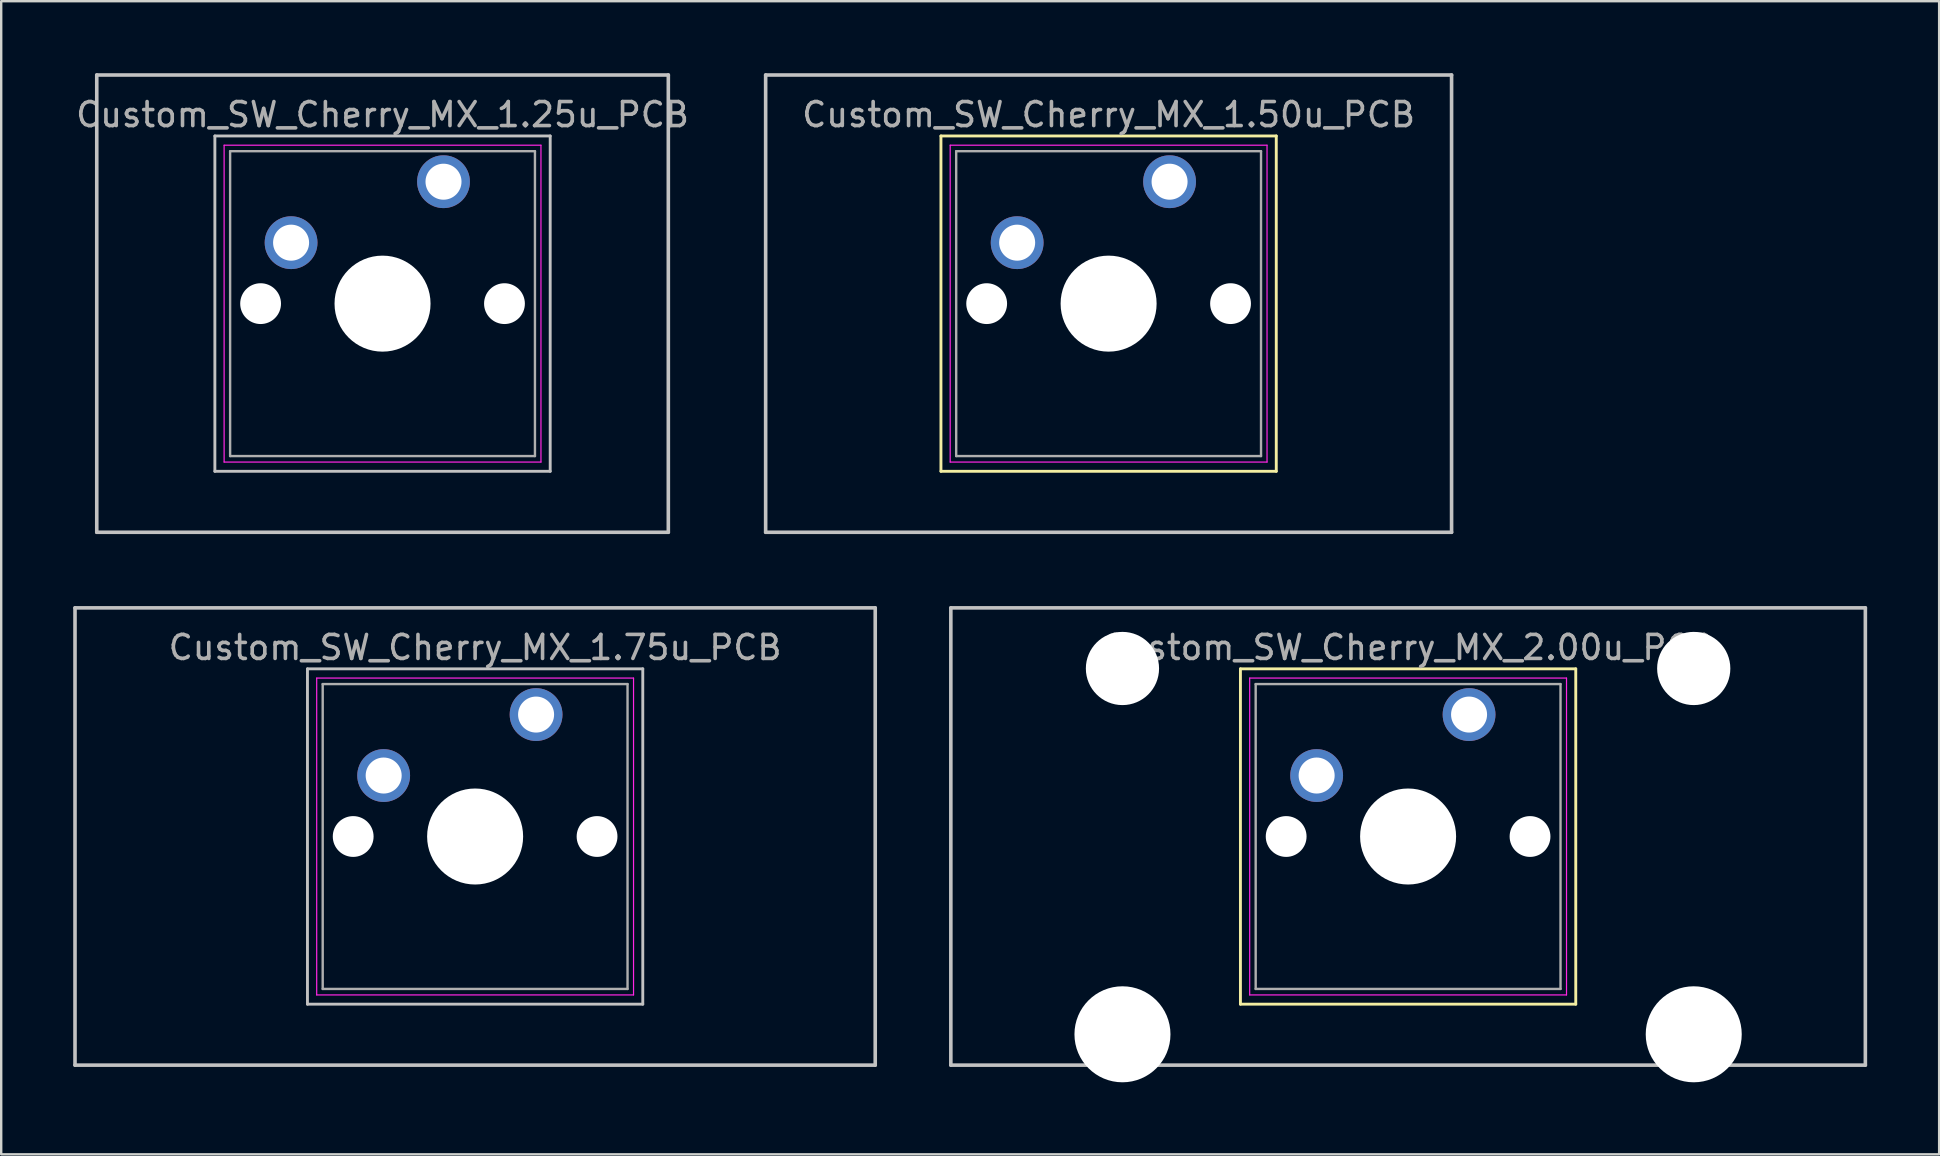
<source format=kicad_pcb>
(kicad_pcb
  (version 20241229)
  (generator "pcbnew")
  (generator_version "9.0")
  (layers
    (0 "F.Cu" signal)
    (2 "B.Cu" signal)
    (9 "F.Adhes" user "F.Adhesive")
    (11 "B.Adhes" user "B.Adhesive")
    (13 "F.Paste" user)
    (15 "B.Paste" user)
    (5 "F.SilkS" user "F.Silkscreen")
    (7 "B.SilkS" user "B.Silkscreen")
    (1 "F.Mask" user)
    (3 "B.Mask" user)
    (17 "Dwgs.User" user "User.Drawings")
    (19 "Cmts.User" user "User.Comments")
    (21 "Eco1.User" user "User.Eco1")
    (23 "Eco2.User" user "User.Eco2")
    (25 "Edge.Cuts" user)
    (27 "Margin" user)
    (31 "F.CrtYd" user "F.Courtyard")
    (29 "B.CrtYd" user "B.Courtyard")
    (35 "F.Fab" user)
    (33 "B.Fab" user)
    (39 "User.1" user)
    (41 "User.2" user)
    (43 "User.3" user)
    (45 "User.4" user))
  (footprint "Custom_SW_Cherry_MX_1.75u_PCB"
    (layer "F.Cu")
    (at 19.284 26.72)
    (property "Reference" "Custom_SW_Cherry_MX_1.75u_PCB" (at -2.54 -2.794 0) (layer "F.Fab") (effects (font (size 1 1) (thickness 0.15))))
    (attr through_hole)
    (fp_line (start -19.209 -4.445) (end 14.129 -4.445) (stroke (width 0.15) (type solid)) (layer "Dwgs.User"))
    (fp_line (start -19.209 14.605) (end -19.209 -4.445) (stroke (width 0.15) (type solid)) (layer "Dwgs.User"))
    (fp_line (start -9.525 -1.905) (end 4.445 -1.905) (stroke (width 0.12) (type solid)) (layer "Dwgs.User"))
    (fp_line (start -9.525 12.065) (end -9.525 -1.905) (stroke (width 0.12) (type solid)) (layer "Dwgs.User"))
    (fp_line (start 4.445 -1.905) (end 4.445 12.065) (stroke (width 0.12) (type solid)) (layer "Dwgs.User"))
    (fp_line (start 4.445 12.065) (end -9.525 12.065) (stroke (width 0.12) (type solid)) (layer "Dwgs.User"))
    (fp_line (start 14.129 -4.445) (end 14.129 14.605) (stroke (width 0.15) (type solid)) (layer "Dwgs.User"))
    (fp_line (start 14.129 14.605) (end -19.209 14.605) (stroke (width 0.15) (type solid)) (layer "Dwgs.User"))
    (fp_line (start -9.14 -1.52) (end 4.06 -1.52) (stroke (width 0.05) (type solid)) (layer "F.CrtYd"))
    (fp_line (start -9.14 11.68) (end -9.14 -1.52) (stroke (width 0.05) (type solid)) (layer "F.CrtYd"))
    (fp_line (start 4.06 -1.52) (end 4.06 11.68) (stroke (width 0.05) (type solid)) (layer "F.CrtYd"))
    (fp_line (start 4.06 11.68) (end -9.14 11.68) (stroke (width 0.05) (type solid)) (layer "F.CrtYd"))
    (fp_line (start -8.89 -1.27) (end 3.81 -1.27) (stroke (width 0.1) (type solid)) (layer "F.Fab"))
    (fp_line (start -8.89 11.43) (end -8.89 -1.27) (stroke (width 0.1) (type solid)) (layer "F.Fab"))
    (fp_line (start 3.81 -1.27) (end 3.81 11.43) (stroke (width 0.1) (type solid)) (layer "F.Fab"))
    (fp_line (start 3.81 11.43) (end -8.89 11.43) (stroke (width 0.1) (type solid)) (layer "F.Fab"))
    (pad "" np_thru_hole circle (at -7.62 5.08) (size 1.7 1.7) (drill 1.7) (layers "*.Cu" "*.Mask"))
    (pad "" np_thru_hole circle (at -2.54 5.08) (size 4 4) (drill 4) (layers "*.Cu" "*.Mask"))
    (pad "" np_thru_hole circle (at 2.54 5.08) (size 1.7 1.7) (drill 1.7) (layers "*.Cu" "*.Mask"))
    (pad "1" thru_hole circle (at 0 0) (size 2.2 2.2) (drill 1.5) (layers "*.Cu" "*.Mask"))
    (pad "2" thru_hole circle (at -6.35 2.54) (size 2.2 2.2) (drill 1.5) (layers "*.Cu" "*.Mask")))
  (footprint "Custom_SW_Cherry_MX_1.50u_PCB"
    (layer "F.Cu")
    (at 45.676 4.52)
    (property "Reference" "Custom_SW_Cherry_MX_1.50u_PCB" (at -2.54 -2.794 0) (layer "F.Fab") (effects (font (size 1 1) (thickness 0.15))))
    (attr through_hole)
    (fp_line (start -9.525 -1.905) (end 4.445 -1.905) (stroke (width 0.12) (type solid)) (layer "F.SilkS"))
    (fp_line (start -9.525 12.065) (end -9.525 -1.905) (stroke (width 0.12) (type solid)) (layer "F.SilkS"))
    (fp_line (start 4.445 -1.905) (end 4.445 12.065) (stroke (width 0.12) (type solid)) (layer "F.SilkS"))
    (fp_line (start 4.445 12.065) (end -9.525 12.065) (stroke (width 0.12) (type solid)) (layer "F.SilkS"))
    (fp_line (start -16.828 -4.445) (end 11.748 -4.445) (stroke (width 0.15) (type solid)) (layer "Dwgs.User"))
    (fp_line (start -16.828 14.605) (end -16.828 -4.445) (stroke (width 0.15) (type solid)) (layer "Dwgs.User"))
    (fp_line (start 11.748 -4.445) (end 11.748 14.605) (stroke (width 0.15) (type solid)) (layer "Dwgs.User"))
    (fp_line (start 11.748 14.605) (end -16.828 14.605) (stroke (width 0.15) (type solid)) (layer "Dwgs.User"))
    (fp_line (start -9.14 -1.52) (end 4.06 -1.52) (stroke (width 0.05) (type solid)) (layer "F.CrtYd"))
    (fp_line (start -9.14 11.68) (end -9.14 -1.52) (stroke (width 0.05) (type solid)) (layer "F.CrtYd"))
    (fp_line (start 4.06 -1.52) (end 4.06 11.68) (stroke (width 0.05) (type solid)) (layer "F.CrtYd"))
    (fp_line (start 4.06 11.68) (end -9.14 11.68) (stroke (width 0.05) (type solid)) (layer "F.CrtYd"))
    (fp_line (start -8.89 -1.27) (end 3.81 -1.27) (stroke (width 0.1) (type solid)) (layer "F.Fab"))
    (fp_line (start -8.89 11.43) (end -8.89 -1.27) (stroke (width 0.1) (type solid)) (layer "F.Fab"))
    (fp_line (start 3.81 -1.27) (end 3.81 11.43) (stroke (width 0.1) (type solid)) (layer "F.Fab"))
    (fp_line (start 3.81 11.43) (end -8.89 11.43) (stroke (width 0.1) (type solid)) (layer "F.Fab"))
    (pad "" np_thru_hole circle (at -7.62 5.08) (size 1.7 1.7) (drill 1.7) (layers "*.Cu" "*.Mask"))
    (pad "" np_thru_hole circle (at -2.54 5.08) (size 4 4) (drill 4) (layers "*.Cu" "*.Mask"))
    (pad "" np_thru_hole circle (at 2.54 5.08) (size 1.7 1.7) (drill 1.7) (layers "*.Cu" "*.Mask"))
    (pad "1" thru_hole circle (at 0 0) (size 2.2 2.2) (drill 1.5) (layers "*.Cu" "*.Mask"))
    (pad "2" thru_hole circle (at -6.35 2.54) (size 2.2 2.2) (drill 1.5) (layers "*.Cu" "*.Mask")))
  (footprint "Custom_SW_Cherry_MX_2.00u_PCB"
    (layer "F.Cu")
    (at 58.153 26.72)
    (property "Reference" "Custom_SW_Cherry_MX_2.00u_PCB" (at -2.54 -2.794 0) (layer "F.Fab") (effects (font (size 1 1) (thickness 0.15))))
    (attr through_hole)
    (fp_line (start -9.525 -1.905) (end 4.445 -1.905) (stroke (width 0.12) (type solid)) (layer "F.SilkS"))
    (fp_line (start -9.525 12.065) (end -9.525 -1.905) (stroke (width 0.12) (type solid)) (layer "F.SilkS"))
    (fp_line (start 4.445 -1.905) (end 4.445 12.065) (stroke (width 0.12) (type solid)) (layer "F.SilkS"))
    (fp_line (start 4.445 12.065) (end -9.525 12.065) (stroke (width 0.12) (type solid)) (layer "F.SilkS"))
    (fp_line (start -21.59 -4.445) (end 16.51 -4.445) (stroke (width 0.15) (type solid)) (layer "Dwgs.User"))
    (fp_line (start -21.59 14.605) (end -21.59 -4.445) (stroke (width 0.15) (type solid)) (layer "Dwgs.User"))
    (fp_line (start 16.51 -4.445) (end 16.51 14.605) (stroke (width 0.15) (type solid)) (layer "Dwgs.User"))
    (fp_line (start 16.51 14.605) (end -21.59 14.605) (stroke (width 0.15) (type solid)) (layer "Dwgs.User"))
    (fp_line (start -9.14 -1.52) (end 4.06 -1.52) (stroke (width 0.05) (type solid)) (layer "F.CrtYd"))
    (fp_line (start -9.14 11.68) (end -9.14 -1.52) (stroke (width 0.05) (type solid)) (layer "F.CrtYd"))
    (fp_line (start 4.06 -1.52) (end 4.06 11.68) (stroke (width 0.05) (type solid)) (layer "F.CrtYd"))
    (fp_line (start 4.06 11.68) (end -9.14 11.68) (stroke (width 0.05) (type solid)) (layer "F.CrtYd"))
    (fp_line (start -8.89 -1.27) (end 3.81 -1.27) (stroke (width 0.1) (type solid)) (layer "F.Fab"))
    (fp_line (start -8.89 11.43) (end -8.89 -1.27) (stroke (width 0.1) (type solid)) (layer "F.Fab"))
    (fp_line (start 3.81 -1.27) (end 3.81 11.43) (stroke (width 0.1) (type solid)) (layer "F.Fab"))
    (fp_line (start 3.81 11.43) (end -8.89 11.43) (stroke (width 0.1) (type solid)) (layer "F.Fab"))
    (pad "" np_thru_hole circle (at -14.44 -1.92) (size 3.05 3.05) (drill 3.05) (layers "*.Cu" "*.Mask"))
    (pad "" np_thru_hole circle (at -14.44 13.32) (size 4 4) (drill 4) (layers "*.Cu" "*.Mask"))
    (pad "" np_thru_hole circle (at -7.62 5.08) (size 1.7 1.7) (drill 1.7) (layers "*.Cu" "*.Mask"))
    (pad "" np_thru_hole circle (at -2.54 5.08) (size 4 4) (drill 4) (layers "*.Cu" "*.Mask"))
    (pad "" np_thru_hole circle (at 2.54 5.08) (size 1.7 1.7) (drill 1.7) (layers "*.Cu" "*.Mask"))
    (pad "" np_thru_hole circle (at 9.36 -1.92) (size 3.05 3.05) (drill 3.05) (layers "*.Cu" "*.Mask"))
    (pad "" np_thru_hole circle (at 9.36 13.32) (size 4 4) (drill 4) (layers "*.Cu" "*.Mask"))
    (pad "1" thru_hole circle (at 0 0) (size 2.2 2.2) (drill 1.5) (layers "*.Cu" "*.Mask"))
    (pad "2" thru_hole circle (at -6.35 2.54) (size 2.2 2.2) (drill 1.5) (layers "*.Cu" "*.Mask")))
  (footprint "Custom_SW_Cherry_MX_1.25u_PCB"
    (layer "F.Cu")
    (at 15.427 4.52)
    (property "Reference" "Custom_SW_Cherry_MX_1.25u_PCB" (at -2.54 -2.794 0) (layer "F.Fab") (effects (font (size 1 1) (thickness 0.15))))
    (attr through_hole)
    (fp_line (start -14.446 -4.445) (end 9.366 -4.445) (stroke (width 0.15) (type solid)) (layer "Dwgs.User"))
    (fp_line (start -14.446 14.605) (end -14.446 -4.445) (stroke (width 0.15) (type solid)) (layer "Dwgs.User"))
    (fp_line (start -9.525 -1.905) (end 4.445 -1.905) (stroke (width 0.12) (type solid)) (layer "Dwgs.User"))
    (fp_line (start -9.525 12.065) (end -9.525 -1.905) (stroke (width 0.12) (type solid)) (layer "Dwgs.User"))
    (fp_line (start 4.445 -1.905) (end 4.445 12.065) (stroke (width 0.12) (type solid)) (layer "Dwgs.User"))
    (fp_line (start 4.445 12.065) (end -9.525 12.065) (stroke (width 0.12) (type solid)) (layer "Dwgs.User"))
    (fp_line (start 9.366 -4.445) (end 9.366 14.605) (stroke (width 0.15) (type solid)) (layer "Dwgs.User"))
    (fp_line (start 9.366 14.605) (end -14.446 14.605) (stroke (width 0.15) (type solid)) (layer "Dwgs.User"))
    (fp_line (start -9.14 -1.52) (end 4.06 -1.52) (stroke (width 0.05) (type solid)) (layer "F.CrtYd"))
    (fp_line (start -9.14 11.68) (end -9.14 -1.52) (stroke (width 0.05) (type solid)) (layer "F.CrtYd"))
    (fp_line (start 4.06 -1.52) (end 4.06 11.68) (stroke (width 0.05) (type solid)) (layer "F.CrtYd"))
    (fp_line (start 4.06 11.68) (end -9.14 11.68) (stroke (width 0.05) (type solid)) (layer "F.CrtYd"))
    (fp_line (start -8.89 -1.27) (end 3.81 -1.27) (stroke (width 0.1) (type solid)) (layer "F.Fab"))
    (fp_line (start -8.89 11.43) (end -8.89 -1.27) (stroke (width 0.1) (type solid)) (layer "F.Fab"))
    (fp_line (start 3.81 -1.27) (end 3.81 11.43) (stroke (width 0.1) (type solid)) (layer "F.Fab"))
    (fp_line (start 3.81 11.43) (end -8.89 11.43) (stroke (width 0.1) (type solid)) (layer "F.Fab"))
    (pad "" np_thru_hole circle (at -7.62 5.08) (size 1.7 1.7) (drill 1.7) (layers "*.Cu" "*.Mask"))
    (pad "" np_thru_hole circle (at -2.54 5.08) (size 4 4) (drill 4) (layers "*.Cu" "*.Mask"))
    (pad "" np_thru_hole circle (at 2.54 5.08) (size 1.7 1.7) (drill 1.7) (layers "*.Cu" "*.Mask"))
    (pad "1" thru_hole circle (at 0 0) (size 2.2 2.2) (drill 1.5) (layers "*.Cu" "*.Mask"))
    (pad "2" thru_hole circle (at -6.35 2.54) (size 2.2 2.2) (drill 1.5) (layers "*.Cu" "*.Mask")))
  (gr_rect
    (start -3 -3)
    (end 77.737 45.04)
    (stroke (width 0.1) (type default))
    (fill no)
    (layer "Edge.Cuts")))
</source>
